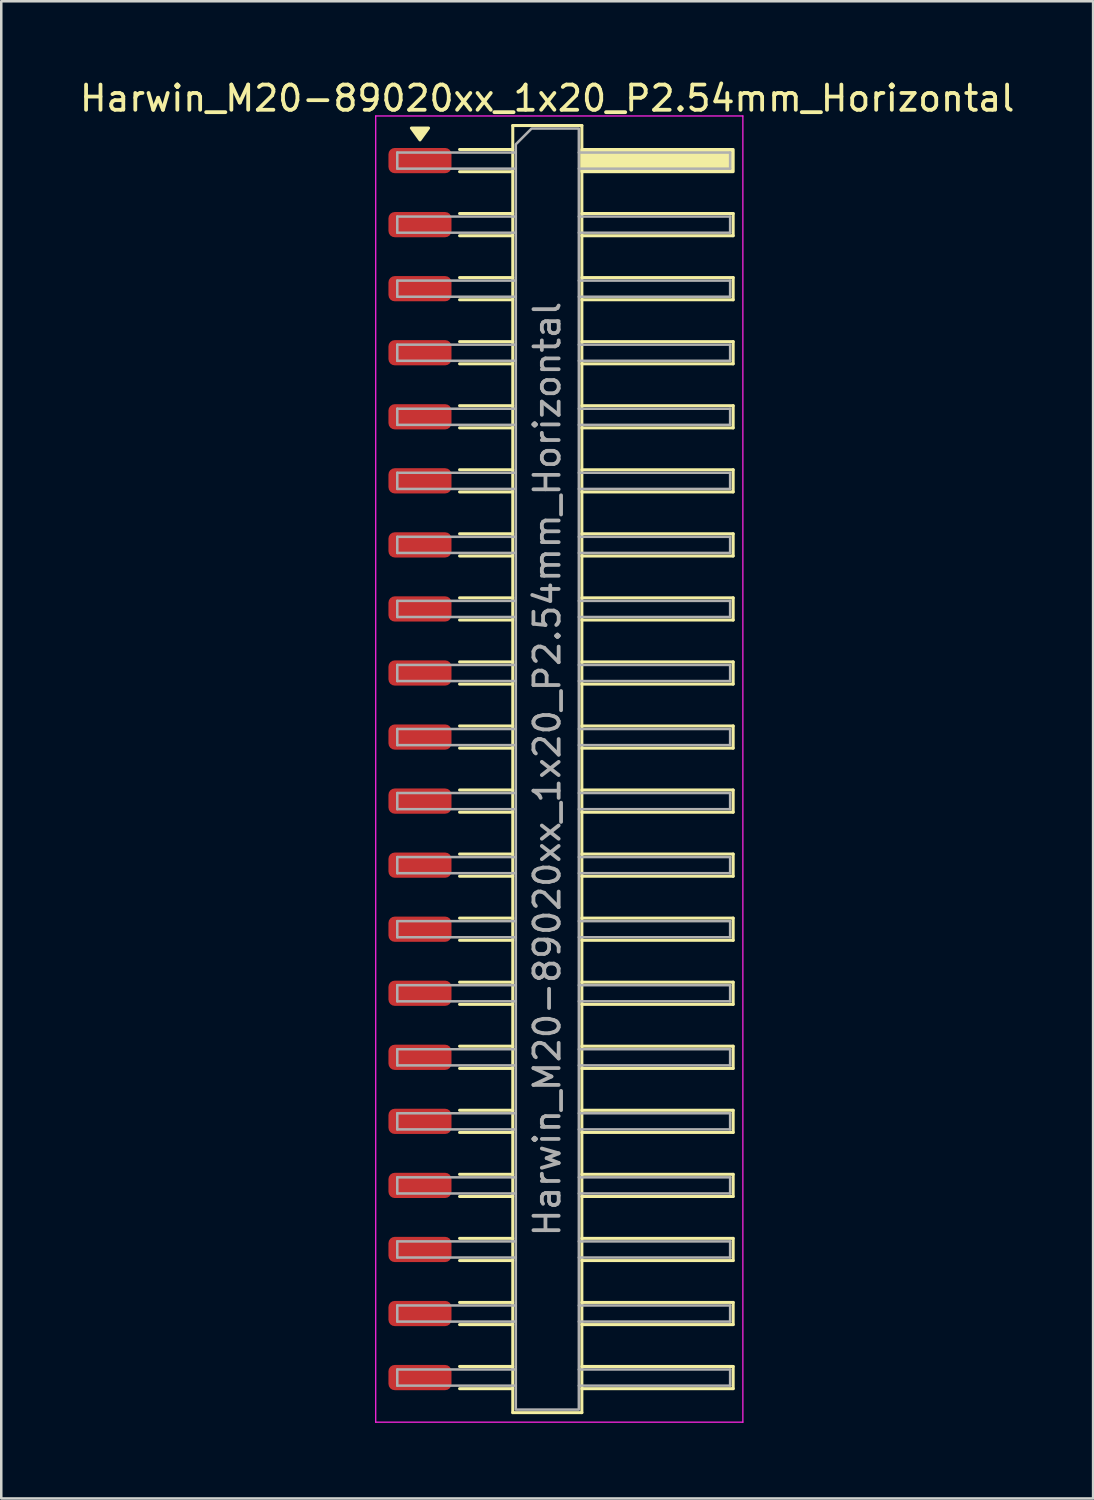
<source format=kicad_pcb>
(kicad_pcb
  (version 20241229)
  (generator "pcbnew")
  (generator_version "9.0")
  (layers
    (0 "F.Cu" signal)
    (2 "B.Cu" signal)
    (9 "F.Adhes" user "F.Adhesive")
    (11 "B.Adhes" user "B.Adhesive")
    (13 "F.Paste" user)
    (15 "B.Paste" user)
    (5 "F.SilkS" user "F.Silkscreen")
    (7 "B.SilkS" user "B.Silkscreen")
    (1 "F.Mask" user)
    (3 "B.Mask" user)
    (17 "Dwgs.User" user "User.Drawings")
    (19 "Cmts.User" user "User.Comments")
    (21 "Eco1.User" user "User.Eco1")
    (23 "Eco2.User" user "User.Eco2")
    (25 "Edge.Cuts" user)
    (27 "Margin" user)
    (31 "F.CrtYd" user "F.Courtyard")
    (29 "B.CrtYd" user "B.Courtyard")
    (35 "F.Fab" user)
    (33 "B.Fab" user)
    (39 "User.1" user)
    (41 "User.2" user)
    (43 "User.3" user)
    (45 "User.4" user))
  (footprint "Harwin_M20-89020xx_1x20_P2.54mm_Horizontal"
    (layer "F.Cu")
    (at 19.129 27.448)
    (property "Reference" "Harwin_M20-89020xx_1x20_P2.54mm_Horizontal" (at -0.48 -26.6 0) (layer "F.SilkS") (effects (font (size 1 1) (thickness 0.15))))
    (attr smd)
    (fp_line (start -3.955 -24.57) (end -1.845 -24.57) (stroke (width 0.12) (type solid)) (layer "F.SilkS"))
    (fp_line (start -3.955 -23.69) (end -1.845 -23.69) (stroke (width 0.12) (type solid)) (layer "F.SilkS"))
    (fp_line (start -3.955 -22.03) (end -1.845 -22.03) (stroke (width 0.12) (type solid)) (layer "F.SilkS"))
    (fp_line (start -3.955 -21.15) (end -1.845 -21.15) (stroke (width 0.12) (type solid)) (layer "F.SilkS"))
    (fp_line (start -3.955 -19.49) (end -1.845 -19.49) (stroke (width 0.12) (type solid)) (layer "F.SilkS"))
    (fp_line (start -3.955 -18.61) (end -1.845 -18.61) (stroke (width 0.12) (type solid)) (layer "F.SilkS"))
    (fp_line (start -3.955 -16.95) (end -1.845 -16.95) (stroke (width 0.12) (type solid)) (layer "F.SilkS"))
    (fp_line (start -3.955 -16.07) (end -1.845 -16.07) (stroke (width 0.12) (type solid)) (layer "F.SilkS"))
    (fp_line (start -3.955 -14.41) (end -1.845 -14.41) (stroke (width 0.12) (type solid)) (layer "F.SilkS"))
    (fp_line (start -3.955 -13.53) (end -1.845 -13.53) (stroke (width 0.12) (type solid)) (layer "F.SilkS"))
    (fp_line (start -3.955 -11.87) (end -1.845 -11.87) (stroke (width 0.12) (type solid)) (layer "F.SilkS"))
    (fp_line (start -3.955 -10.99) (end -1.845 -10.99) (stroke (width 0.12) (type solid)) (layer "F.SilkS"))
    (fp_line (start -3.955 -9.33) (end -1.845 -9.33) (stroke (width 0.12) (type solid)) (layer "F.SilkS"))
    (fp_line (start -3.955 -8.45) (end -1.845 -8.45) (stroke (width 0.12) (type solid)) (layer "F.SilkS"))
    (fp_line (start -3.955 -6.79) (end -1.845 -6.79) (stroke (width 0.12) (type solid)) (layer "F.SilkS"))
    (fp_line (start -3.955 -5.91) (end -1.845 -5.91) (stroke (width 0.12) (type solid)) (layer "F.SilkS"))
    (fp_line (start -3.955 -4.25) (end -1.845 -4.25) (stroke (width 0.12) (type solid)) (layer "F.SilkS"))
    (fp_line (start -3.955 -3.37) (end -1.845 -3.37) (stroke (width 0.12) (type solid)) (layer "F.SilkS"))
    (fp_line (start -3.955 -1.71) (end -1.845 -1.71) (stroke (width 0.12) (type solid)) (layer "F.SilkS"))
    (fp_line (start -3.955 -0.83) (end -1.845 -0.83) (stroke (width 0.12) (type solid)) (layer "F.SilkS"))
    (fp_line (start -3.955 0.83) (end -1.845 0.83) (stroke (width 0.12) (type solid)) (layer "F.SilkS"))
    (fp_line (start -3.955 1.71) (end -1.845 1.71) (stroke (width 0.12) (type solid)) (layer "F.SilkS"))
    (fp_line (start -3.955 3.37) (end -1.845 3.37) (stroke (width 0.12) (type solid)) (layer "F.SilkS"))
    (fp_line (start -3.955 4.25) (end -1.845 4.25) (stroke (width 0.12) (type solid)) (layer "F.SilkS"))
    (fp_line (start -3.955 5.91) (end -1.845 5.91) (stroke (width 0.12) (type solid)) (layer "F.SilkS"))
    (fp_line (start -3.955 6.79) (end -1.845 6.79) (stroke (width 0.12) (type solid)) (layer "F.SilkS"))
    (fp_line (start -3.955 8.45) (end -1.845 8.45) (stroke (width 0.12) (type solid)) (layer "F.SilkS"))
    (fp_line (start -3.955 9.33) (end -1.845 9.33) (stroke (width 0.12) (type solid)) (layer "F.SilkS"))
    (fp_line (start -3.955 10.99) (end -1.845 10.99) (stroke (width 0.12) (type solid)) (layer "F.SilkS"))
    (fp_line (start -3.955 11.87) (end -1.845 11.87) (stroke (width 0.12) (type solid)) (layer "F.SilkS"))
    (fp_line (start -3.955 13.53) (end -1.845 13.53) (stroke (width 0.12) (type solid)) (layer "F.SilkS"))
    (fp_line (start -3.955 14.41) (end -1.845 14.41) (stroke (width 0.12) (type solid)) (layer "F.SilkS"))
    (fp_line (start -3.955 16.07) (end -1.845 16.07) (stroke (width 0.12) (type solid)) (layer "F.SilkS"))
    (fp_line (start -3.955 16.95) (end -1.845 16.95) (stroke (width 0.12) (type solid)) (layer "F.SilkS"))
    (fp_line (start -3.955 18.61) (end -1.845 18.61) (stroke (width 0.12) (type solid)) (layer "F.SilkS"))
    (fp_line (start -3.955 19.49) (end -1.845 19.49) (stroke (width 0.12) (type solid)) (layer "F.SilkS"))
    (fp_line (start -3.955 21.15) (end -1.845 21.15) (stroke (width 0.12) (type solid)) (layer "F.SilkS"))
    (fp_line (start -3.955 22.03) (end -1.845 22.03) (stroke (width 0.12) (type solid)) (layer "F.SilkS"))
    (fp_line (start -3.955 23.69) (end -1.845 23.69) (stroke (width 0.12) (type solid)) (layer "F.SilkS"))
    (fp_line (start -3.955 24.57) (end -1.845 24.57) (stroke (width 0.12) (type solid)) (layer "F.SilkS"))
    (fp_line (start -1.845 -25.52) (end 0.895 -25.52) (stroke (width 0.12) (type solid)) (layer "F.SilkS"))
    (fp_line (start -1.845 25.52) (end -1.845 -25.52) (stroke (width 0.12) (type solid)) (layer "F.SilkS"))
    (fp_line (start 0.895 -25.52) (end 0.895 25.52) (stroke (width 0.12) (type solid)) (layer "F.SilkS"))
    (fp_line (start 0.895 -22.03) (end 6.895 -22.03) (stroke (width 0.12) (type solid)) (layer "F.SilkS"))
    (fp_line (start 0.895 -19.49) (end 6.895 -19.49) (stroke (width 0.12) (type solid)) (layer "F.SilkS"))
    (fp_line (start 0.895 -16.95) (end 6.895 -16.95) (stroke (width 0.12) (type solid)) (layer "F.SilkS"))
    (fp_line (start 0.895 -14.41) (end 6.895 -14.41) (stroke (width 0.12) (type solid)) (layer "F.SilkS"))
    (fp_line (start 0.895 -11.87) (end 6.895 -11.87) (stroke (width 0.12) (type solid)) (layer "F.SilkS"))
    (fp_line (start 0.895 -9.33) (end 6.895 -9.33) (stroke (width 0.12) (type solid)) (layer "F.SilkS"))
    (fp_line (start 0.895 -6.79) (end 6.895 -6.79) (stroke (width 0.12) (type solid)) (layer "F.SilkS"))
    (fp_line (start 0.895 -4.25) (end 6.895 -4.25) (stroke (width 0.12) (type solid)) (layer "F.SilkS"))
    (fp_line (start 0.895 -1.71) (end 6.895 -1.71) (stroke (width 0.12) (type solid)) (layer "F.SilkS"))
    (fp_line (start 0.895 0.83) (end 6.895 0.83) (stroke (width 0.12) (type solid)) (layer "F.SilkS"))
    (fp_line (start 0.895 3.37) (end 6.895 3.37) (stroke (width 0.12) (type solid)) (layer "F.SilkS"))
    (fp_line (start 0.895 5.91) (end 6.895 5.91) (stroke (width 0.12) (type solid)) (layer "F.SilkS"))
    (fp_line (start 0.895 8.45) (end 6.895 8.45) (stroke (width 0.12) (type solid)) (layer "F.SilkS"))
    (fp_line (start 0.895 10.99) (end 6.895 10.99) (stroke (width 0.12) (type solid)) (layer "F.SilkS"))
    (fp_line (start 0.895 13.53) (end 6.895 13.53) (stroke (width 0.12) (type solid)) (layer "F.SilkS"))
    (fp_line (start 0.895 16.07) (end 6.895 16.07) (stroke (width 0.12) (type solid)) (layer "F.SilkS"))
    (fp_line (start 0.895 18.61) (end 6.895 18.61) (stroke (width 0.12) (type solid)) (layer "F.SilkS"))
    (fp_line (start 0.895 21.15) (end 6.895 21.15) (stroke (width 0.12) (type solid)) (layer "F.SilkS"))
    (fp_line (start 0.895 23.69) (end 6.895 23.69) (stroke (width 0.12) (type solid)) (layer "F.SilkS"))
    (fp_line (start 0.895 25.52) (end -1.845 25.52) (stroke (width 0.12) (type solid)) (layer "F.SilkS"))
    (fp_line (start 6.895 -22.03) (end 6.895 -21.15) (stroke (width 0.12) (type solid)) (layer "F.SilkS"))
    (fp_line (start 6.895 -21.15) (end 0.895 -21.15) (stroke (width 0.12) (type solid)) (layer "F.SilkS"))
    (fp_line (start 6.895 -19.49) (end 6.895 -18.61) (stroke (width 0.12) (type solid)) (layer "F.SilkS"))
    (fp_line (start 6.895 -18.61) (end 0.895 -18.61) (stroke (width 0.12) (type solid)) (layer "F.SilkS"))
    (fp_line (start 6.895 -16.95) (end 6.895 -16.07) (stroke (width 0.12) (type solid)) (layer "F.SilkS"))
    (fp_line (start 6.895 -16.07) (end 0.895 -16.07) (stroke (width 0.12) (type solid)) (layer "F.SilkS"))
    (fp_line (start 6.895 -14.41) (end 6.895 -13.53) (stroke (width 0.12) (type solid)) (layer "F.SilkS"))
    (fp_line (start 6.895 -13.53) (end 0.895 -13.53) (stroke (width 0.12) (type solid)) (layer "F.SilkS"))
    (fp_line (start 6.895 -11.87) (end 6.895 -10.99) (stroke (width 0.12) (type solid)) (layer "F.SilkS"))
    (fp_line (start 6.895 -10.99) (end 0.895 -10.99) (stroke (width 0.12) (type solid)) (layer "F.SilkS"))
    (fp_line (start 6.895 -9.33) (end 6.895 -8.45) (stroke (width 0.12) (type solid)) (layer "F.SilkS"))
    (fp_line (start 6.895 -8.45) (end 0.895 -8.45) (stroke (width 0.12) (type solid)) (layer "F.SilkS"))
    (fp_line (start 6.895 -6.79) (end 6.895 -5.91) (stroke (width 0.12) (type solid)) (layer "F.SilkS"))
    (fp_line (start 6.895 -5.91) (end 0.895 -5.91) (stroke (width 0.12) (type solid)) (layer "F.SilkS"))
    (fp_line (start 6.895 -4.25) (end 6.895 -3.37) (stroke (width 0.12) (type solid)) (layer "F.SilkS"))
    (fp_line (start 6.895 -3.37) (end 0.895 -3.37) (stroke (width 0.12) (type solid)) (layer "F.SilkS"))
    (fp_line (start 6.895 -1.71) (end 6.895 -0.83) (stroke (width 0.12) (type solid)) (layer "F.SilkS"))
    (fp_line (start 6.895 -0.83) (end 0.895 -0.83) (stroke (width 0.12) (type solid)) (layer "F.SilkS"))
    (fp_line (start 6.895 0.83) (end 6.895 1.71) (stroke (width 0.12) (type solid)) (layer "F.SilkS"))
    (fp_line (start 6.895 1.71) (end 0.895 1.71) (stroke (width 0.12) (type solid)) (layer "F.SilkS"))
    (fp_line (start 6.895 3.37) (end 6.895 4.25) (stroke (width 0.12) (type solid)) (layer "F.SilkS"))
    (fp_line (start 6.895 4.25) (end 0.895 4.25) (stroke (width 0.12) (type solid)) (layer "F.SilkS"))
    (fp_line (start 6.895 5.91) (end 6.895 6.79) (stroke (width 0.12) (type solid)) (layer "F.SilkS"))
    (fp_line (start 6.895 6.79) (end 0.895 6.79) (stroke (width 0.12) (type solid)) (layer "F.SilkS"))
    (fp_line (start 6.895 8.45) (end 6.895 9.33) (stroke (width 0.12) (type solid)) (layer "F.SilkS"))
    (fp_line (start 6.895 9.33) (end 0.895 9.33) (stroke (width 0.12) (type solid)) (layer "F.SilkS"))
    (fp_line (start 6.895 10.99) (end 6.895 11.87) (stroke (width 0.12) (type solid)) (layer "F.SilkS"))
    (fp_line (start 6.895 11.87) (end 0.895 11.87) (stroke (width 0.12) (type solid)) (layer "F.SilkS"))
    (fp_line (start 6.895 13.53) (end 6.895 14.41) (stroke (width 0.12) (type solid)) (layer "F.SilkS"))
    (fp_line (start 6.895 14.41) (end 0.895 14.41) (stroke (width 0.12) (type solid)) (layer "F.SilkS"))
    (fp_line (start 6.895 16.07) (end 6.895 16.95) (stroke (width 0.12) (type solid)) (layer "F.SilkS"))
    (fp_line (start 6.895 16.95) (end 0.895 16.95) (stroke (width 0.12) (type solid)) (layer "F.SilkS"))
    (fp_line (start 6.895 18.61) (end 6.895 19.49) (stroke (width 0.12) (type solid)) (layer "F.SilkS"))
    (fp_line (start 6.895 19.49) (end 0.895 19.49) (stroke (width 0.12) (type solid)) (layer "F.SilkS"))
    (fp_line (start 6.895 21.15) (end 6.895 22.03) (stroke (width 0.12) (type solid)) (layer "F.SilkS"))
    (fp_line (start 6.895 22.03) (end 0.895 22.03) (stroke (width 0.12) (type solid)) (layer "F.SilkS"))
    (fp_line (start 6.895 23.69) (end 6.895 24.57) (stroke (width 0.12) (type solid)) (layer "F.SilkS"))
    (fp_line (start 6.895 24.57) (end 0.895 24.57) (stroke (width 0.12) (type solid)) (layer "F.SilkS"))
    (fp_rect (start 0.895 -24.57) (end 6.895 -23.69) (stroke (width 0.12) (type solid)) (fill yes) (layer "F.SilkS"))
    (fp_poly (pts (xy -5.525 -24.95) (xy -5.865 -25.42) (xy -5.185 -25.42)) (stroke (width 0.12) (type solid)) (fill yes) (layer "F.SilkS"))
    (fp_line (start -7.28 -25.9) (end 7.28 -25.9) (stroke (width 0.05) (type solid)) (layer "F.CrtYd"))
    (fp_line (start -7.28 25.9) (end -7.28 -25.9) (stroke (width 0.05) (type solid)) (layer "F.CrtYd"))
    (fp_line (start 7.28 -25.9) (end 7.28 25.9) (stroke (width 0.05) (type solid)) (layer "F.CrtYd"))
    (fp_line (start 7.28 25.9) (end -7.28 25.9) (stroke (width 0.05) (type solid)) (layer "F.CrtYd"))
    (fp_line (start -6.425 -24.45) (end -6.425 -23.81) (stroke (width 0.1) (type solid)) (layer "F.Fab"))
    (fp_line (start -6.425 -23.81) (end -1.725 -23.81) (stroke (width 0.1) (type solid)) (layer "F.Fab"))
    (fp_line (start -6.425 -21.91) (end -6.425 -21.27) (stroke (width 0.1) (type solid)) (layer "F.Fab"))
    (fp_line (start -6.425 -21.27) (end -1.725 -21.27) (stroke (width 0.1) (type solid)) (layer "F.Fab"))
    (fp_line (start -6.425 -19.37) (end -6.425 -18.73) (stroke (width 0.1) (type solid)) (layer "F.Fab"))
    (fp_line (start -6.425 -18.73) (end -1.725 -18.73) (stroke (width 0.1) (type solid)) (layer "F.Fab"))
    (fp_line (start -6.425 -16.83) (end -6.425 -16.19) (stroke (width 0.1) (type solid)) (layer "F.Fab"))
    (fp_line (start -6.425 -16.19) (end -1.725 -16.19) (stroke (width 0.1) (type solid)) (layer "F.Fab"))
    (fp_line (start -6.425 -14.29) (end -6.425 -13.65) (stroke (width 0.1) (type solid)) (layer "F.Fab"))
    (fp_line (start -6.425 -13.65) (end -1.725 -13.65) (stroke (width 0.1) (type solid)) (layer "F.Fab"))
    (fp_line (start -6.425 -11.75) (end -6.425 -11.11) (stroke (width 0.1) (type solid)) (layer "F.Fab"))
    (fp_line (start -6.425 -11.11) (end -1.725 -11.11) (stroke (width 0.1) (type solid)) (layer "F.Fab"))
    (fp_line (start -6.425 -9.21) (end -6.425 -8.57) (stroke (width 0.1) (type solid)) (layer "F.Fab"))
    (fp_line (start -6.425 -8.57) (end -1.725 -8.57) (stroke (width 0.1) (type solid)) (layer "F.Fab"))
    (fp_line (start -6.425 -6.67) (end -6.425 -6.03) (stroke (width 0.1) (type solid)) (layer "F.Fab"))
    (fp_line (start -6.425 -6.03) (end -1.725 -6.03) (stroke (width 0.1) (type solid)) (layer "F.Fab"))
    (fp_line (start -6.425 -4.13) (end -6.425 -3.49) (stroke (width 0.1) (type solid)) (layer "F.Fab"))
    (fp_line (start -6.425 -3.49) (end -1.725 -3.49) (stroke (width 0.1) (type solid)) (layer "F.Fab"))
    (fp_line (start -6.425 -1.59) (end -6.425 -0.95) (stroke (width 0.1) (type solid)) (layer "F.Fab"))
    (fp_line (start -6.425 -0.95) (end -1.725 -0.95) (stroke (width 0.1) (type solid)) (layer "F.Fab"))
    (fp_line (start -6.425 0.95) (end -6.425 1.59) (stroke (width 0.1) (type solid)) (layer "F.Fab"))
    (fp_line (start -6.425 1.59) (end -1.725 1.59) (stroke (width 0.1) (type solid)) (layer "F.Fab"))
    (fp_line (start -6.425 3.49) (end -6.425 4.13) (stroke (width 0.1) (type solid)) (layer "F.Fab"))
    (fp_line (start -6.425 4.13) (end -1.725 4.13) (stroke (width 0.1) (type solid)) (layer "F.Fab"))
    (fp_line (start -6.425 6.03) (end -6.425 6.67) (stroke (width 0.1) (type solid)) (layer "F.Fab"))
    (fp_line (start -6.425 6.67) (end -1.725 6.67) (stroke (width 0.1) (type solid)) (layer "F.Fab"))
    (fp_line (start -6.425 8.57) (end -6.425 9.21) (stroke (width 0.1) (type solid)) (layer "F.Fab"))
    (fp_line (start -6.425 9.21) (end -1.725 9.21) (stroke (width 0.1) (type solid)) (layer "F.Fab"))
    (fp_line (start -6.425 11.11) (end -6.425 11.75) (stroke (width 0.1) (type solid)) (layer "F.Fab"))
    (fp_line (start -6.425 11.75) (end -1.725 11.75) (stroke (width 0.1) (type solid)) (layer "F.Fab"))
    (fp_line (start -6.425 13.65) (end -6.425 14.29) (stroke (width 0.1) (type solid)) (layer "F.Fab"))
    (fp_line (start -6.425 14.29) (end -1.725 14.29) (stroke (width 0.1) (type solid)) (layer "F.Fab"))
    (fp_line (start -6.425 16.19) (end -6.425 16.83) (stroke (width 0.1) (type solid)) (layer "F.Fab"))
    (fp_line (start -6.425 16.83) (end -1.725 16.83) (stroke (width 0.1) (type solid)) (layer "F.Fab"))
    (fp_line (start -6.425 18.73) (end -6.425 19.37) (stroke (width 0.1) (type solid)) (layer "F.Fab"))
    (fp_line (start -6.425 19.37) (end -1.725 19.37) (stroke (width 0.1) (type solid)) (layer "F.Fab"))
    (fp_line (start -6.425 21.27) (end -6.425 21.91) (stroke (width 0.1) (type solid)) (layer "F.Fab"))
    (fp_line (start -6.425 21.91) (end -1.725 21.91) (stroke (width 0.1) (type solid)) (layer "F.Fab"))
    (fp_line (start -6.425 23.81) (end -6.425 24.45) (stroke (width 0.1) (type solid)) (layer "F.Fab"))
    (fp_line (start -6.425 24.45) (end -1.725 24.45) (stroke (width 0.1) (type solid)) (layer "F.Fab"))
    (fp_line (start -1.725 -24.45) (end -6.425 -24.45) (stroke (width 0.1) (type solid)) (layer "F.Fab"))
    (fp_line (start -1.725 -21.91) (end -6.425 -21.91) (stroke (width 0.1) (type solid)) (layer "F.Fab"))
    (fp_line (start -1.725 -19.37) (end -6.425 -19.37) (stroke (width 0.1) (type solid)) (layer "F.Fab"))
    (fp_line (start -1.725 -16.83) (end -6.425 -16.83) (stroke (width 0.1) (type solid)) (layer "F.Fab"))
    (fp_line (start -1.725 -14.29) (end -6.425 -14.29) (stroke (width 0.1) (type solid)) (layer "F.Fab"))
    (fp_line (start -1.725 -11.75) (end -6.425 -11.75) (stroke (width 0.1) (type solid)) (layer "F.Fab"))
    (fp_line (start -1.725 -9.21) (end -6.425 -9.21) (stroke (width 0.1) (type solid)) (layer "F.Fab"))
    (fp_line (start -1.725 -6.67) (end -6.425 -6.67) (stroke (width 0.1) (type solid)) (layer "F.Fab"))
    (fp_line (start -1.725 -4.13) (end -6.425 -4.13) (stroke (width 0.1) (type solid)) (layer "F.Fab"))
    (fp_line (start -1.725 -1.59) (end -6.425 -1.59) (stroke (width 0.1) (type solid)) (layer "F.Fab"))
    (fp_line (start -1.725 0.95) (end -6.425 0.95) (stroke (width 0.1) (type solid)) (layer "F.Fab"))
    (fp_line (start -1.725 3.49) (end -6.425 3.49) (stroke (width 0.1) (type solid)) (layer "F.Fab"))
    (fp_line (start -1.725 6.03) (end -6.425 6.03) (stroke (width 0.1) (type solid)) (layer "F.Fab"))
    (fp_line (start -1.725 8.57) (end -6.425 8.57) (stroke (width 0.1) (type solid)) (layer "F.Fab"))
    (fp_line (start -1.725 11.11) (end -6.425 11.11) (stroke (width 0.1) (type solid)) (layer "F.Fab"))
    (fp_line (start -1.725 13.65) (end -6.425 13.65) (stroke (width 0.1) (type solid)) (layer "F.Fab"))
    (fp_line (start -1.725 16.19) (end -6.425 16.19) (stroke (width 0.1) (type solid)) (layer "F.Fab"))
    (fp_line (start -1.725 18.73) (end -6.425 18.73) (stroke (width 0.1) (type solid)) (layer "F.Fab"))
    (fp_line (start -1.725 21.27) (end -6.425 21.27) (stroke (width 0.1) (type solid)) (layer "F.Fab"))
    (fp_line (start -1.725 23.81) (end -6.425 23.81) (stroke (width 0.1) (type solid)) (layer "F.Fab"))
    (fp_line (start 0.775 -24.45) (end 6.775 -24.45) (stroke (width 0.1) (type solid)) (layer "F.Fab"))
    (fp_line (start 0.775 -21.91) (end 6.775 -21.91) (stroke (width 0.1) (type solid)) (layer "F.Fab"))
    (fp_line (start 0.775 -19.37) (end 6.775 -19.37) (stroke (width 0.1) (type solid)) (layer "F.Fab"))
    (fp_line (start 0.775 -16.83) (end 6.775 -16.83) (stroke (width 0.1) (type solid)) (layer "F.Fab"))
    (fp_line (start 0.775 -14.29) (end 6.775 -14.29) (stroke (width 0.1) (type solid)) (layer "F.Fab"))
    (fp_line (start 0.775 -11.75) (end 6.775 -11.75) (stroke (width 0.1) (type solid)) (layer "F.Fab"))
    (fp_line (start 0.775 -9.21) (end 6.775 -9.21) (stroke (width 0.1) (type solid)) (layer "F.Fab"))
    (fp_line (start 0.775 -6.67) (end 6.775 -6.67) (stroke (width 0.1) (type solid)) (layer "F.Fab"))
    (fp_line (start 0.775 -4.13) (end 6.775 -4.13) (stroke (width 0.1) (type solid)) (layer "F.Fab"))
    (fp_line (start 0.775 -1.59) (end 6.775 -1.59) (stroke (width 0.1) (type solid)) (layer "F.Fab"))
    (fp_line (start 0.775 0.95) (end 6.775 0.95) (stroke (width 0.1) (type solid)) (layer "F.Fab"))
    (fp_line (start 0.775 3.49) (end 6.775 3.49) (stroke (width 0.1) (type solid)) (layer "F.Fab"))
    (fp_line (start 0.775 6.03) (end 6.775 6.03) (stroke (width 0.1) (type solid)) (layer "F.Fab"))
    (fp_line (start 0.775 8.57) (end 6.775 8.57) (stroke (width 0.1) (type solid)) (layer "F.Fab"))
    (fp_line (start 0.775 11.11) (end 6.775 11.11) (stroke (width 0.1) (type solid)) (layer "F.Fab"))
    (fp_line (start 0.775 13.65) (end 6.775 13.65) (stroke (width 0.1) (type solid)) (layer "F.Fab"))
    (fp_line (start 0.775 16.19) (end 6.775 16.19) (stroke (width 0.1) (type solid)) (layer "F.Fab"))
    (fp_line (start 0.775 18.73) (end 6.775 18.73) (stroke (width 0.1) (type solid)) (layer "F.Fab"))
    (fp_line (start 0.775 21.27) (end 6.775 21.27) (stroke (width 0.1) (type solid)) (layer "F.Fab"))
    (fp_line (start 0.775 23.81) (end 6.775 23.81) (stroke (width 0.1) (type solid)) (layer "F.Fab"))
    (fp_line (start 6.775 -24.45) (end 6.775 -23.81) (stroke (width 0.1) (type solid)) (layer "F.Fab"))
    (fp_line (start 6.775 -23.81) (end 0.775 -23.81) (stroke (width 0.1) (type solid)) (layer "F.Fab"))
    (fp_line (start 6.775 -21.91) (end 6.775 -21.27) (stroke (width 0.1) (type solid)) (layer "F.Fab"))
    (fp_line (start 6.775 -21.27) (end 0.775 -21.27) (stroke (width 0.1) (type solid)) (layer "F.Fab"))
    (fp_line (start 6.775 -19.37) (end 6.775 -18.73) (stroke (width 0.1) (type solid)) (layer "F.Fab"))
    (fp_line (start 6.775 -18.73) (end 0.775 -18.73) (stroke (width 0.1) (type solid)) (layer "F.Fab"))
    (fp_line (start 6.775 -16.83) (end 6.775 -16.19) (stroke (width 0.1) (type solid)) (layer "F.Fab"))
    (fp_line (start 6.775 -16.19) (end 0.775 -16.19) (stroke (width 0.1) (type solid)) (layer "F.Fab"))
    (fp_line (start 6.775 -14.29) (end 6.775 -13.65) (stroke (width 0.1) (type solid)) (layer "F.Fab"))
    (fp_line (start 6.775 -13.65) (end 0.775 -13.65) (stroke (width 0.1) (type solid)) (layer "F.Fab"))
    (fp_line (start 6.775 -11.75) (end 6.775 -11.11) (stroke (width 0.1) (type solid)) (layer "F.Fab"))
    (fp_line (start 6.775 -11.11) (end 0.775 -11.11) (stroke (width 0.1) (type solid)) (layer "F.Fab"))
    (fp_line (start 6.775 -9.21) (end 6.775 -8.57) (stroke (width 0.1) (type solid)) (layer "F.Fab"))
    (fp_line (start 6.775 -8.57) (end 0.775 -8.57) (stroke (width 0.1) (type solid)) (layer "F.Fab"))
    (fp_line (start 6.775 -6.67) (end 6.775 -6.03) (stroke (width 0.1) (type solid)) (layer "F.Fab"))
    (fp_line (start 6.775 -6.03) (end 0.775 -6.03) (stroke (width 0.1) (type solid)) (layer "F.Fab"))
    (fp_line (start 6.775 -4.13) (end 6.775 -3.49) (stroke (width 0.1) (type solid)) (layer "F.Fab"))
    (fp_line (start 6.775 -3.49) (end 0.775 -3.49) (stroke (width 0.1) (type solid)) (layer "F.Fab"))
    (fp_line (start 6.775 -1.59) (end 6.775 -0.95) (stroke (width 0.1) (type solid)) (layer "F.Fab"))
    (fp_line (start 6.775 -0.95) (end 0.775 -0.95) (stroke (width 0.1) (type solid)) (layer "F.Fab"))
    (fp_line (start 6.775 0.95) (end 6.775 1.59) (stroke (width 0.1) (type solid)) (layer "F.Fab"))
    (fp_line (start 6.775 1.59) (end 0.775 1.59) (stroke (width 0.1) (type solid)) (layer "F.Fab"))
    (fp_line (start 6.775 3.49) (end 6.775 4.13) (stroke (width 0.1) (type solid)) (layer "F.Fab"))
    (fp_line (start 6.775 4.13) (end 0.775 4.13) (stroke (width 0.1) (type solid)) (layer "F.Fab"))
    (fp_line (start 6.775 6.03) (end 6.775 6.67) (stroke (width 0.1) (type solid)) (layer "F.Fab"))
    (fp_line (start 6.775 6.67) (end 0.775 6.67) (stroke (width 0.1) (type solid)) (layer "F.Fab"))
    (fp_line (start 6.775 8.57) (end 6.775 9.21) (stroke (width 0.1) (type solid)) (layer "F.Fab"))
    (fp_line (start 6.775 9.21) (end 0.775 9.21) (stroke (width 0.1) (type solid)) (layer "F.Fab"))
    (fp_line (start 6.775 11.11) (end 6.775 11.75) (stroke (width 0.1) (type solid)) (layer "F.Fab"))
    (fp_line (start 6.775 11.75) (end 0.775 11.75) (stroke (width 0.1) (type solid)) (layer "F.Fab"))
    (fp_line (start 6.775 13.65) (end 6.775 14.29) (stroke (width 0.1) (type solid)) (layer "F.Fab"))
    (fp_line (start 6.775 14.29) (end 0.775 14.29) (stroke (width 0.1) (type solid)) (layer "F.Fab"))
    (fp_line (start 6.775 16.19) (end 6.775 16.83) (stroke (width 0.1) (type solid)) (layer "F.Fab"))
    (fp_line (start 6.775 16.83) (end 0.775 16.83) (stroke (width 0.1) (type solid)) (layer "F.Fab"))
    (fp_line (start 6.775 18.73) (end 6.775 19.37) (stroke (width 0.1) (type solid)) (layer "F.Fab"))
    (fp_line (start 6.775 19.37) (end 0.775 19.37) (stroke (width 0.1) (type solid)) (layer "F.Fab"))
    (fp_line (start 6.775 21.27) (end 6.775 21.91) (stroke (width 0.1) (type solid)) (layer "F.Fab"))
    (fp_line (start 6.775 21.91) (end 0.775 21.91) (stroke (width 0.1) (type solid)) (layer "F.Fab"))
    (fp_line (start 6.775 23.81) (end 6.775 24.45) (stroke (width 0.1) (type solid)) (layer "F.Fab"))
    (fp_line (start 6.775 24.45) (end 0.775 24.45) (stroke (width 0.1) (type solid)) (layer "F.Fab"))
    (fp_poly (pts (xy -1.725 -24.775) (xy -1.725 25.4) (xy 0.775 25.4) (xy 0.775 -25.4) (xy -1.1 -25.4)) (stroke (width 0.1) (type solid)) (fill no) (layer "F.Fab"))
    (fp_text user "${REFERENCE}" (at -0.48 0 90) (layer "F.Fab") (effects (font (size 1 1) (thickness 0.15))))
    (pad "1" smd roundrect (at -5.525 -24.13) (size 2.5 1) (layers "F.Cu" "F.Mask" "F.Paste") (roundrect_rratio 0.25))
    (pad "2" smd roundrect (at -5.525 -21.59) (size 2.5 1) (layers "F.Cu" "F.Mask" "F.Paste") (roundrect_rratio 0.25))
    (pad "3" smd roundrect (at -5.525 -19.05) (size 2.5 1) (layers "F.Cu" "F.Mask" "F.Paste") (roundrect_rratio 0.25))
    (pad "4" smd roundrect (at -5.525 -16.51) (size 2.5 1) (layers "F.Cu" "F.Mask" "F.Paste") (roundrect_rratio 0.25))
    (pad "5" smd roundrect (at -5.525 -13.97) (size 2.5 1) (layers "F.Cu" "F.Mask" "F.Paste") (roundrect_rratio 0.25))
    (pad "6" smd roundrect (at -5.525 -11.43) (size 2.5 1) (layers "F.Cu" "F.Mask" "F.Paste") (roundrect_rratio 0.25))
    (pad "7" smd roundrect (at -5.525 -8.89) (size 2.5 1) (layers "F.Cu" "F.Mask" "F.Paste") (roundrect_rratio 0.25))
    (pad "8" smd roundrect (at -5.525 -6.35) (size 2.5 1) (layers "F.Cu" "F.Mask" "F.Paste") (roundrect_rratio 0.25))
    (pad "9" smd roundrect (at -5.525 -3.81) (size 2.5 1) (layers "F.Cu" "F.Mask" "F.Paste") (roundrect_rratio 0.25))
    (pad "10" smd roundrect (at -5.525 -1.27) (size 2.5 1) (layers "F.Cu" "F.Mask" "F.Paste") (roundrect_rratio 0.25))
    (pad "11" smd roundrect (at -5.525 1.27) (size 2.5 1) (layers "F.Cu" "F.Mask" "F.Paste") (roundrect_rratio 0.25))
    (pad "12" smd roundrect (at -5.525 3.81) (size 2.5 1) (layers "F.Cu" "F.Mask" "F.Paste") (roundrect_rratio 0.25))
    (pad "13" smd roundrect (at -5.525 6.35) (size 2.5 1) (layers "F.Cu" "F.Mask" "F.Paste") (roundrect_rratio 0.25))
    (pad "14" smd roundrect (at -5.525 8.89) (size 2.5 1) (layers "F.Cu" "F.Mask" "F.Paste") (roundrect_rratio 0.25))
    (pad "15" smd roundrect (at -5.525 11.43) (size 2.5 1) (layers "F.Cu" "F.Mask" "F.Paste") (roundrect_rratio 0.25))
    (pad "16" smd roundrect (at -5.525 13.97) (size 2.5 1) (layers "F.Cu" "F.Mask" "F.Paste") (roundrect_rratio 0.25))
    (pad "17" smd roundrect (at -5.525 16.51) (size 2.5 1) (layers "F.Cu" "F.Mask" "F.Paste") (roundrect_rratio 0.25))
    (pad "18" smd roundrect (at -5.525 19.05) (size 2.5 1) (layers "F.Cu" "F.Mask" "F.Paste") (roundrect_rratio 0.25))
    (pad "19" smd roundrect (at -5.525 21.59) (size 2.5 1) (layers "F.Cu" "F.Mask" "F.Paste") (roundrect_rratio 0.25))
    (pad "20" smd roundrect (at -5.525 24.13) (size 2.5 1) (layers "F.Cu" "F.Mask" "F.Paste") (roundrect_rratio 0.25)))
  (gr_rect
    (start -3 -3)
    (end 40.298 56.373)
    (stroke (width 0.1) (type default))
    (fill no)
    (layer "Edge.Cuts")))
</source>
